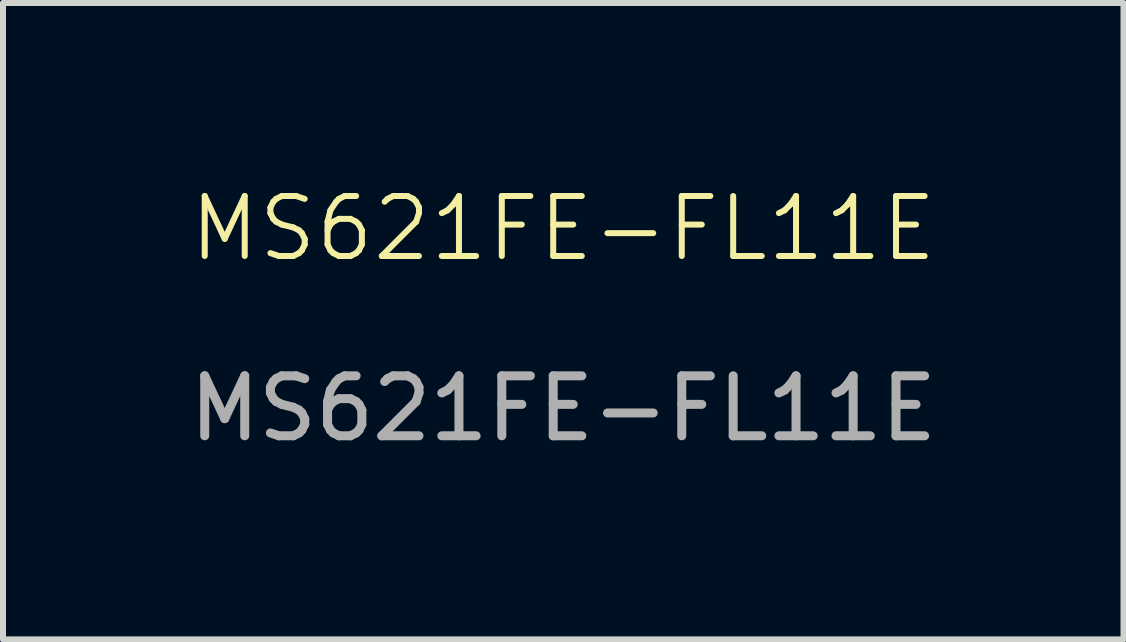
<source format=kicad_pcb>
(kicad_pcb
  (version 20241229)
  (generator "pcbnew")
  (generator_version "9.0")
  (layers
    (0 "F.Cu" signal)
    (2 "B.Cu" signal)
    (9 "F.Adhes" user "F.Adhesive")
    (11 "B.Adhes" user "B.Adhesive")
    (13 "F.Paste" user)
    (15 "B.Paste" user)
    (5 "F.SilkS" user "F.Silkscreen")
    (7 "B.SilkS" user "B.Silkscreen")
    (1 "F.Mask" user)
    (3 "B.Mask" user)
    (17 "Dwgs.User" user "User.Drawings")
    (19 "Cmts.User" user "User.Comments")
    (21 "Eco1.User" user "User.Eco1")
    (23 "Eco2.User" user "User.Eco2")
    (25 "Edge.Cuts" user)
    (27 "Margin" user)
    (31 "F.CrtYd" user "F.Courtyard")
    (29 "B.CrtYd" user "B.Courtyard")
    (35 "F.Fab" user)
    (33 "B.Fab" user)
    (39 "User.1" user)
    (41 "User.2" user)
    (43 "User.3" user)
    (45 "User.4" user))
  (footprint "MS621FE-FL11E"
    (layer "F.Cu")
    (at 6.339 1.26)
    (property "Reference" "MS621FE-FL11E" (at 0 -0.5 0) (unlocked yes) (layer "F.SilkS") (effects (font (size 1 1) (thickness 0.1))))
    (attr smd)
    (fp_text user "${REFERENCE}" (at 0 2.5 0) (unlocked yes) (layer "F.Fab") (effects (font (size 1 1) (thickness 0.15)))))
  (gr_rect
    (start -3 -3)
    (end 15.679 7.609)
    (stroke (width 0.1) (type default))
    (fill no)
    (layer "Edge.Cuts")))
</source>
